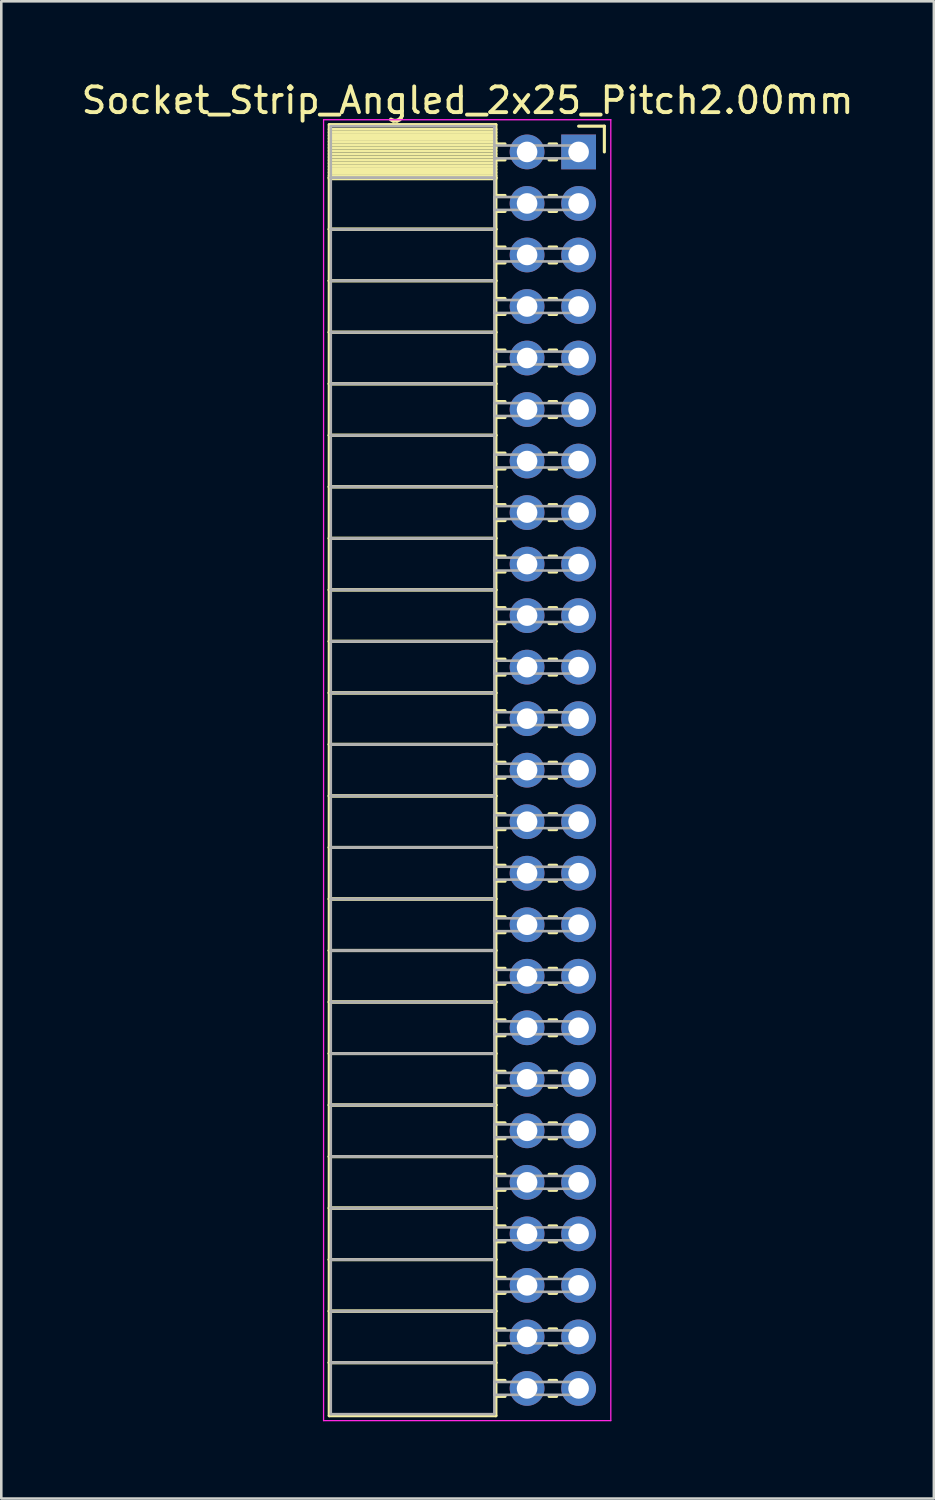
<source format=kicad_pcb>
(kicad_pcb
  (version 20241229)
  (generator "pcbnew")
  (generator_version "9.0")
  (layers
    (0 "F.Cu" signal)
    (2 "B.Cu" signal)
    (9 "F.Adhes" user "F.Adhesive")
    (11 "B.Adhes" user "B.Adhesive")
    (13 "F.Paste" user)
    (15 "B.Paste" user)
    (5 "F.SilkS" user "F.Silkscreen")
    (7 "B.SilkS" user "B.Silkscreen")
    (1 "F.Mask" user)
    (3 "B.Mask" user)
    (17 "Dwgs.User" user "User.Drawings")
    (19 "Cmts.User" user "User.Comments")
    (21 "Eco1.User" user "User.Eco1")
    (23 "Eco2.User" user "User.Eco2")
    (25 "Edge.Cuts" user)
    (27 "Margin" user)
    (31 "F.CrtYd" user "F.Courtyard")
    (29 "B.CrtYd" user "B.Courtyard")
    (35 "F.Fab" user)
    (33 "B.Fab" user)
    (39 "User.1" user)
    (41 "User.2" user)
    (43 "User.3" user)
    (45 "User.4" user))
  (footprint "Socket_Strip_Angled_2x25_Pitch2.00mm"
    (layer "F.Cu")
    (at 19.411 2.848)
    (property "Reference" "Socket_Strip_Angled_2x25_Pitch2.00mm" (at -4.31 -2 0) (layer "F.SilkS") (effects (font (size 1 1) (thickness 0.15))))
    (attr through_hole)
    (fp_line (start -9.68 -1.06) (end -3.21 -1.06) (stroke (width 0.12) (type solid)) (layer "F.SilkS"))
    (fp_line (start -9.68 1) (end -9.68 -1.06) (stroke (width 0.12) (type solid)) (layer "F.SilkS"))
    (fp_line (start -9.68 1) (end -3.21 1) (stroke (width 0.12) (type solid)) (layer "F.SilkS"))
    (fp_line (start -9.68 3) (end -9.68 1) (stroke (width 0.12) (type solid)) (layer "F.SilkS"))
    (fp_line (start -9.68 3) (end -3.21 3) (stroke (width 0.12) (type solid)) (layer "F.SilkS"))
    (fp_line (start -9.68 5) (end -9.68 3) (stroke (width 0.12) (type solid)) (layer "F.SilkS"))
    (fp_line (start -9.68 5) (end -3.21 5) (stroke (width 0.12) (type solid)) (layer "F.SilkS"))
    (fp_line (start -9.68 7) (end -9.68 5) (stroke (width 0.12) (type solid)) (layer "F.SilkS"))
    (fp_line (start -9.68 7) (end -3.21 7) (stroke (width 0.12) (type solid)) (layer "F.SilkS"))
    (fp_line (start -9.68 9) (end -9.68 7) (stroke (width 0.12) (type solid)) (layer "F.SilkS"))
    (fp_line (start -9.68 9) (end -3.21 9) (stroke (width 0.12) (type solid)) (layer "F.SilkS"))
    (fp_line (start -9.68 11) (end -9.68 9) (stroke (width 0.12) (type solid)) (layer "F.SilkS"))
    (fp_line (start -9.68 11) (end -3.21 11) (stroke (width 0.12) (type solid)) (layer "F.SilkS"))
    (fp_line (start -9.68 13) (end -9.68 11) (stroke (width 0.12) (type solid)) (layer "F.SilkS"))
    (fp_line (start -9.68 13) (end -3.21 13) (stroke (width 0.12) (type solid)) (layer "F.SilkS"))
    (fp_line (start -9.68 15) (end -9.68 13) (stroke (width 0.12) (type solid)) (layer "F.SilkS"))
    (fp_line (start -9.68 15) (end -3.21 15) (stroke (width 0.12) (type solid)) (layer "F.SilkS"))
    (fp_line (start -9.68 17) (end -9.68 15) (stroke (width 0.12) (type solid)) (layer "F.SilkS"))
    (fp_line (start -9.68 17) (end -3.21 17) (stroke (width 0.12) (type solid)) (layer "F.SilkS"))
    (fp_line (start -9.68 19) (end -9.68 17) (stroke (width 0.12) (type solid)) (layer "F.SilkS"))
    (fp_line (start -9.68 19) (end -3.21 19) (stroke (width 0.12) (type solid)) (layer "F.SilkS"))
    (fp_line (start -9.68 21) (end -9.68 19) (stroke (width 0.12) (type solid)) (layer "F.SilkS"))
    (fp_line (start -9.68 21) (end -3.21 21) (stroke (width 0.12) (type solid)) (layer "F.SilkS"))
    (fp_line (start -9.68 23) (end -9.68 21) (stroke (width 0.12) (type solid)) (layer "F.SilkS"))
    (fp_line (start -9.68 23) (end -3.21 23) (stroke (width 0.12) (type solid)) (layer "F.SilkS"))
    (fp_line (start -9.68 25) (end -9.68 23) (stroke (width 0.12) (type solid)) (layer "F.SilkS"))
    (fp_line (start -9.68 25) (end -3.21 25) (stroke (width 0.12) (type solid)) (layer "F.SilkS"))
    (fp_line (start -9.68 27) (end -9.68 25) (stroke (width 0.12) (type solid)) (layer "F.SilkS"))
    (fp_line (start -9.68 27) (end -3.21 27) (stroke (width 0.12) (type solid)) (layer "F.SilkS"))
    (fp_line (start -9.68 29) (end -9.68 27) (stroke (width 0.12) (type solid)) (layer "F.SilkS"))
    (fp_line (start -9.68 29) (end -3.21 29) (stroke (width 0.12) (type solid)) (layer "F.SilkS"))
    (fp_line (start -9.68 31) (end -9.68 29) (stroke (width 0.12) (type solid)) (layer "F.SilkS"))
    (fp_line (start -9.68 31) (end -3.21 31) (stroke (width 0.12) (type solid)) (layer "F.SilkS"))
    (fp_line (start -9.68 33) (end -9.68 31) (stroke (width 0.12) (type solid)) (layer "F.SilkS"))
    (fp_line (start -9.68 33) (end -3.21 33) (stroke (width 0.12) (type solid)) (layer "F.SilkS"))
    (fp_line (start -9.68 35) (end -9.68 33) (stroke (width 0.12) (type solid)) (layer "F.SilkS"))
    (fp_line (start -9.68 35) (end -3.21 35) (stroke (width 0.12) (type solid)) (layer "F.SilkS"))
    (fp_line (start -9.68 37) (end -9.68 35) (stroke (width 0.12) (type solid)) (layer "F.SilkS"))
    (fp_line (start -9.68 37) (end -3.21 37) (stroke (width 0.12) (type solid)) (layer "F.SilkS"))
    (fp_line (start -9.68 39) (end -9.68 37) (stroke (width 0.12) (type solid)) (layer "F.SilkS"))
    (fp_line (start -9.68 39) (end -3.21 39) (stroke (width 0.12) (type solid)) (layer "F.SilkS"))
    (fp_line (start -9.68 41) (end -9.68 39) (stroke (width 0.12) (type solid)) (layer "F.SilkS"))
    (fp_line (start -9.68 41) (end -3.21 41) (stroke (width 0.12) (type solid)) (layer "F.SilkS"))
    (fp_line (start -9.68 43) (end -9.68 41) (stroke (width 0.12) (type solid)) (layer "F.SilkS"))
    (fp_line (start -9.68 43) (end -3.21 43) (stroke (width 0.12) (type solid)) (layer "F.SilkS"))
    (fp_line (start -9.68 45) (end -9.68 43) (stroke (width 0.12) (type solid)) (layer "F.SilkS"))
    (fp_line (start -9.68 45) (end -3.21 45) (stroke (width 0.12) (type solid)) (layer "F.SilkS"))
    (fp_line (start -9.68 47) (end -9.68 45) (stroke (width 0.12) (type solid)) (layer "F.SilkS"))
    (fp_line (start -9.68 47) (end -3.21 47) (stroke (width 0.12) (type solid)) (layer "F.SilkS"))
    (fp_line (start -9.68 49.06) (end -9.68 47) (stroke (width 0.12) (type solid)) (layer "F.SilkS"))
    (fp_line (start -3.21 -1.06) (end -3.21 1) (stroke (width 0.12) (type solid)) (layer "F.SilkS"))
    (fp_line (start -3.21 -0.88) (end -9.68 -0.88) (stroke (width 0.12) (type solid)) (layer "F.SilkS"))
    (fp_line (start -3.21 -0.76) (end -9.68 -0.76) (stroke (width 0.12) (type solid)) (layer "F.SilkS"))
    (fp_line (start -3.21 -0.64) (end -9.68 -0.64) (stroke (width 0.12) (type solid)) (layer "F.SilkS"))
    (fp_line (start -3.21 -0.52) (end -9.68 -0.52) (stroke (width 0.12) (type solid)) (layer "F.SilkS"))
    (fp_line (start -3.21 -0.4) (end -9.68 -0.4) (stroke (width 0.12) (type solid)) (layer "F.SilkS"))
    (fp_line (start -3.21 -0.28) (end -9.68 -0.28) (stroke (width 0.12) (type solid)) (layer "F.SilkS"))
    (fp_line (start -3.21 -0.16) (end -9.68 -0.16) (stroke (width 0.12) (type solid)) (layer "F.SilkS"))
    (fp_line (start -3.21 -0.04) (end -9.68 -0.04) (stroke (width 0.12) (type solid)) (layer "F.SilkS"))
    (fp_line (start -3.21 0.08) (end -9.68 0.08) (stroke (width 0.12) (type solid)) (layer "F.SilkS"))
    (fp_line (start -3.21 0.2) (end -9.68 0.2) (stroke (width 0.12) (type solid)) (layer "F.SilkS"))
    (fp_line (start -3.21 0.32) (end -9.68 0.32) (stroke (width 0.12) (type solid)) (layer "F.SilkS"))
    (fp_line (start -3.21 0.44) (end -9.68 0.44) (stroke (width 0.12) (type solid)) (layer "F.SilkS"))
    (fp_line (start -3.21 0.56) (end -9.68 0.56) (stroke (width 0.12) (type solid)) (layer "F.SilkS"))
    (fp_line (start -3.21 0.68) (end -9.68 0.68) (stroke (width 0.12) (type solid)) (layer "F.SilkS"))
    (fp_line (start -3.21 0.8) (end -9.68 0.8) (stroke (width 0.12) (type solid)) (layer "F.SilkS"))
    (fp_line (start -3.21 0.92) (end -9.68 0.92) (stroke (width 0.12) (type solid)) (layer "F.SilkS"))
    (fp_line (start -3.21 1) (end -9.68 1) (stroke (width 0.12) (type solid)) (layer "F.SilkS"))
    (fp_line (start -3.21 1) (end -3.21 3) (stroke (width 0.12) (type solid)) (layer "F.SilkS"))
    (fp_line (start -3.21 1.04) (end -9.68 1.04) (stroke (width 0.12) (type solid)) (layer "F.SilkS"))
    (fp_line (start -3.21 3) (end -9.68 3) (stroke (width 0.12) (type solid)) (layer "F.SilkS"))
    (fp_line (start -3.21 3) (end -3.21 5) (stroke (width 0.12) (type solid)) (layer "F.SilkS"))
    (fp_line (start -3.21 5) (end -9.68 5) (stroke (width 0.12) (type solid)) (layer "F.SilkS"))
    (fp_line (start -3.21 5) (end -3.21 7) (stroke (width 0.12) (type solid)) (layer "F.SilkS"))
    (fp_line (start -3.21 7) (end -9.68 7) (stroke (width 0.12) (type solid)) (layer "F.SilkS"))
    (fp_line (start -3.21 7) (end -3.21 9) (stroke (width 0.12) (type solid)) (layer "F.SilkS"))
    (fp_line (start -3.21 9) (end -9.68 9) (stroke (width 0.12) (type solid)) (layer "F.SilkS"))
    (fp_line (start -3.21 9) (end -3.21 11) (stroke (width 0.12) (type solid)) (layer "F.SilkS"))
    (fp_line (start -3.21 11) (end -9.68 11) (stroke (width 0.12) (type solid)) (layer "F.SilkS"))
    (fp_line (start -3.21 11) (end -3.21 13) (stroke (width 0.12) (type solid)) (layer "F.SilkS"))
    (fp_line (start -3.21 13) (end -9.68 13) (stroke (width 0.12) (type solid)) (layer "F.SilkS"))
    (fp_line (start -3.21 13) (end -3.21 15) (stroke (width 0.12) (type solid)) (layer "F.SilkS"))
    (fp_line (start -3.21 15) (end -9.68 15) (stroke (width 0.12) (type solid)) (layer "F.SilkS"))
    (fp_line (start -3.21 15) (end -3.21 17) (stroke (width 0.12) (type solid)) (layer "F.SilkS"))
    (fp_line (start -3.21 17) (end -9.68 17) (stroke (width 0.12) (type solid)) (layer "F.SilkS"))
    (fp_line (start -3.21 17) (end -3.21 19) (stroke (width 0.12) (type solid)) (layer "F.SilkS"))
    (fp_line (start -3.21 19) (end -9.68 19) (stroke (width 0.12) (type solid)) (layer "F.SilkS"))
    (fp_line (start -3.21 19) (end -3.21 21) (stroke (width 0.12) (type solid)) (layer "F.SilkS"))
    (fp_line (start -3.21 21) (end -9.68 21) (stroke (width 0.12) (type solid)) (layer "F.SilkS"))
    (fp_line (start -3.21 21) (end -3.21 23) (stroke (width 0.12) (type solid)) (layer "F.SilkS"))
    (fp_line (start -3.21 23) (end -9.68 23) (stroke (width 0.12) (type solid)) (layer "F.SilkS"))
    (fp_line (start -3.21 23) (end -3.21 25) (stroke (width 0.12) (type solid)) (layer "F.SilkS"))
    (fp_line (start -3.21 25) (end -9.68 25) (stroke (width 0.12) (type solid)) (layer "F.SilkS"))
    (fp_line (start -3.21 25) (end -3.21 27) (stroke (width 0.12) (type solid)) (layer "F.SilkS"))
    (fp_line (start -3.21 27) (end -9.68 27) (stroke (width 0.12) (type solid)) (layer "F.SilkS"))
    (fp_line (start -3.21 27) (end -3.21 29) (stroke (width 0.12) (type solid)) (layer "F.SilkS"))
    (fp_line (start -3.21 29) (end -9.68 29) (stroke (width 0.12) (type solid)) (layer "F.SilkS"))
    (fp_line (start -3.21 29) (end -3.21 31) (stroke (width 0.12) (type solid)) (layer "F.SilkS"))
    (fp_line (start -3.21 31) (end -9.68 31) (stroke (width 0.12) (type solid)) (layer "F.SilkS"))
    (fp_line (start -3.21 31) (end -3.21 33) (stroke (width 0.12) (type solid)) (layer "F.SilkS"))
    (fp_line (start -3.21 33) (end -9.68 33) (stroke (width 0.12) (type solid)) (layer "F.SilkS"))
    (fp_line (start -3.21 33) (end -3.21 35) (stroke (width 0.12) (type solid)) (layer "F.SilkS"))
    (fp_line (start -3.21 35) (end -9.68 35) (stroke (width 0.12) (type solid)) (layer "F.SilkS"))
    (fp_line (start -3.21 35) (end -3.21 37) (stroke (width 0.12) (type solid)) (layer "F.SilkS"))
    (fp_line (start -3.21 37) (end -9.68 37) (stroke (width 0.12) (type solid)) (layer "F.SilkS"))
    (fp_line (start -3.21 37) (end -3.21 39) (stroke (width 0.12) (type solid)) (layer "F.SilkS"))
    (fp_line (start -3.21 39) (end -9.68 39) (stroke (width 0.12) (type solid)) (layer "F.SilkS"))
    (fp_line (start -3.21 39) (end -3.21 41) (stroke (width 0.12) (type solid)) (layer "F.SilkS"))
    (fp_line (start -3.21 41) (end -9.68 41) (stroke (width 0.12) (type solid)) (layer "F.SilkS"))
    (fp_line (start -3.21 41) (end -3.21 43) (stroke (width 0.12) (type solid)) (layer "F.SilkS"))
    (fp_line (start -3.21 43) (end -9.68 43) (stroke (width 0.12) (type solid)) (layer "F.SilkS"))
    (fp_line (start -3.21 43) (end -3.21 45) (stroke (width 0.12) (type solid)) (layer "F.SilkS"))
    (fp_line (start -3.21 45) (end -9.68 45) (stroke (width 0.12) (type solid)) (layer "F.SilkS"))
    (fp_line (start -3.21 45) (end -3.21 47) (stroke (width 0.12) (type solid)) (layer "F.SilkS"))
    (fp_line (start -3.21 47) (end -9.68 47) (stroke (width 0.12) (type solid)) (layer "F.SilkS"))
    (fp_line (start -3.21 47) (end -3.21 49.06) (stroke (width 0.12) (type solid)) (layer "F.SilkS"))
    (fp_line (start -3.21 49.06) (end -9.68 49.06) (stroke (width 0.12) (type solid)) (layer "F.SilkS"))
    (fp_line (start -2.855 -0.31) (end -3.21 -0.31) (stroke (width 0.12) (type solid)) (layer "F.SilkS"))
    (fp_line (start -2.855 0.31) (end -3.21 0.31) (stroke (width 0.12) (type solid)) (layer "F.SilkS"))
    (fp_line (start -2.855 1.69) (end -3.21 1.69) (stroke (width 0.12) (type solid)) (layer "F.SilkS"))
    (fp_line (start -2.855 2.31) (end -3.21 2.31) (stroke (width 0.12) (type solid)) (layer "F.SilkS"))
    (fp_line (start -2.855 3.69) (end -3.21 3.69) (stroke (width 0.12) (type solid)) (layer "F.SilkS"))
    (fp_line (start -2.855 4.31) (end -3.21 4.31) (stroke (width 0.12) (type solid)) (layer "F.SilkS"))
    (fp_line (start -2.855 5.69) (end -3.21 5.69) (stroke (width 0.12) (type solid)) (layer "F.SilkS"))
    (fp_line (start -2.855 6.31) (end -3.21 6.31) (stroke (width 0.12) (type solid)) (layer "F.SilkS"))
    (fp_line (start -2.855 7.69) (end -3.21 7.69) (stroke (width 0.12) (type solid)) (layer "F.SilkS"))
    (fp_line (start -2.855 8.31) (end -3.21 8.31) (stroke (width 0.12) (type solid)) (layer "F.SilkS"))
    (fp_line (start -2.855 9.69) (end -3.21 9.69) (stroke (width 0.12) (type solid)) (layer "F.SilkS"))
    (fp_line (start -2.855 10.31) (end -3.21 10.31) (stroke (width 0.12) (type solid)) (layer "F.SilkS"))
    (fp_line (start -2.855 11.69) (end -3.21 11.69) (stroke (width 0.12) (type solid)) (layer "F.SilkS"))
    (fp_line (start -2.855 12.31) (end -3.21 12.31) (stroke (width 0.12) (type solid)) (layer "F.SilkS"))
    (fp_line (start -2.855 13.69) (end -3.21 13.69) (stroke (width 0.12) (type solid)) (layer "F.SilkS"))
    (fp_line (start -2.855 14.31) (end -3.21 14.31) (stroke (width 0.12) (type solid)) (layer "F.SilkS"))
    (fp_line (start -2.855 15.69) (end -3.21 15.69) (stroke (width 0.12) (type solid)) (layer "F.SilkS"))
    (fp_line (start -2.855 16.31) (end -3.21 16.31) (stroke (width 0.12) (type solid)) (layer "F.SilkS"))
    (fp_line (start -2.855 17.69) (end -3.21 17.69) (stroke (width 0.12) (type solid)) (layer "F.SilkS"))
    (fp_line (start -2.855 18.31) (end -3.21 18.31) (stroke (width 0.12) (type solid)) (layer "F.SilkS"))
    (fp_line (start -2.855 19.69) (end -3.21 19.69) (stroke (width 0.12) (type solid)) (layer "F.SilkS"))
    (fp_line (start -2.855 20.31) (end -3.21 20.31) (stroke (width 0.12) (type solid)) (layer "F.SilkS"))
    (fp_line (start -2.855 21.69) (end -3.21 21.69) (stroke (width 0.12) (type solid)) (layer "F.SilkS"))
    (fp_line (start -2.855 22.31) (end -3.21 22.31) (stroke (width 0.12) (type solid)) (layer "F.SilkS"))
    (fp_line (start -2.855 23.69) (end -3.21 23.69) (stroke (width 0.12) (type solid)) (layer "F.SilkS"))
    (fp_line (start -2.855 24.31) (end -3.21 24.31) (stroke (width 0.12) (type solid)) (layer "F.SilkS"))
    (fp_line (start -2.855 25.69) (end -3.21 25.69) (stroke (width 0.12) (type solid)) (layer "F.SilkS"))
    (fp_line (start -2.855 26.31) (end -3.21 26.31) (stroke (width 0.12) (type solid)) (layer "F.SilkS"))
    (fp_line (start -2.855 27.69) (end -3.21 27.69) (stroke (width 0.12) (type solid)) (layer "F.SilkS"))
    (fp_line (start -2.855 28.31) (end -3.21 28.31) (stroke (width 0.12) (type solid)) (layer "F.SilkS"))
    (fp_line (start -2.855 29.69) (end -3.21 29.69) (stroke (width 0.12) (type solid)) (layer "F.SilkS"))
    (fp_line (start -2.855 30.31) (end -3.21 30.31) (stroke (width 0.12) (type solid)) (layer "F.SilkS"))
    (fp_line (start -2.855 31.69) (end -3.21 31.69) (stroke (width 0.12) (type solid)) (layer "F.SilkS"))
    (fp_line (start -2.855 32.31) (end -3.21 32.31) (stroke (width 0.12) (type solid)) (layer "F.SilkS"))
    (fp_line (start -2.855 33.69) (end -3.21 33.69) (stroke (width 0.12) (type solid)) (layer "F.SilkS"))
    (fp_line (start -2.855 34.31) (end -3.21 34.31) (stroke (width 0.12) (type solid)) (layer "F.SilkS"))
    (fp_line (start -2.855 35.69) (end -3.21 35.69) (stroke (width 0.12) (type solid)) (layer "F.SilkS"))
    (fp_line (start -2.855 36.31) (end -3.21 36.31) (stroke (width 0.12) (type solid)) (layer "F.SilkS"))
    (fp_line (start -2.855 37.69) (end -3.21 37.69) (stroke (width 0.12) (type solid)) (layer "F.SilkS"))
    (fp_line (start -2.855 38.31) (end -3.21 38.31) (stroke (width 0.12) (type solid)) (layer "F.SilkS"))
    (fp_line (start -2.855 39.69) (end -3.21 39.69) (stroke (width 0.12) (type solid)) (layer "F.SilkS"))
    (fp_line (start -2.855 40.31) (end -3.21 40.31) (stroke (width 0.12) (type solid)) (layer "F.SilkS"))
    (fp_line (start -2.855 41.69) (end -3.21 41.69) (stroke (width 0.12) (type solid)) (layer "F.SilkS"))
    (fp_line (start -2.855 42.31) (end -3.21 42.31) (stroke (width 0.12) (type solid)) (layer "F.SilkS"))
    (fp_line (start -2.855 43.69) (end -3.21 43.69) (stroke (width 0.12) (type solid)) (layer "F.SilkS"))
    (fp_line (start -2.855 44.31) (end -3.21 44.31) (stroke (width 0.12) (type solid)) (layer "F.SilkS"))
    (fp_line (start -2.855 45.69) (end -3.21 45.69) (stroke (width 0.12) (type solid)) (layer "F.SilkS"))
    (fp_line (start -2.855 46.31) (end -3.21 46.31) (stroke (width 0.12) (type solid)) (layer "F.SilkS"))
    (fp_line (start -2.855 47.69) (end -3.21 47.69) (stroke (width 0.12) (type solid)) (layer "F.SilkS"))
    (fp_line (start -2.855 48.31) (end -3.21 48.31) (stroke (width 0.12) (type solid)) (layer "F.SilkS"))
    (fp_line (start -0.855 -0.31) (end -1.145 -0.31) (stroke (width 0.12) (type solid)) (layer "F.SilkS"))
    (fp_line (start -0.855 0.31) (end -1.145 0.31) (stroke (width 0.12) (type solid)) (layer "F.SilkS"))
    (fp_line (start -0.855 1.69) (end -1.145 1.69) (stroke (width 0.12) (type solid)) (layer "F.SilkS"))
    (fp_line (start -0.855 2.31) (end -1.145 2.31) (stroke (width 0.12) (type solid)) (layer "F.SilkS"))
    (fp_line (start -0.855 3.69) (end -1.145 3.69) (stroke (width 0.12) (type solid)) (layer "F.SilkS"))
    (fp_line (start -0.855 4.31) (end -1.145 4.31) (stroke (width 0.12) (type solid)) (layer "F.SilkS"))
    (fp_line (start -0.855 5.69) (end -1.145 5.69) (stroke (width 0.12) (type solid)) (layer "F.SilkS"))
    (fp_line (start -0.855 6.31) (end -1.145 6.31) (stroke (width 0.12) (type solid)) (layer "F.SilkS"))
    (fp_line (start -0.855 7.69) (end -1.145 7.69) (stroke (width 0.12) (type solid)) (layer "F.SilkS"))
    (fp_line (start -0.855 8.31) (end -1.145 8.31) (stroke (width 0.12) (type solid)) (layer "F.SilkS"))
    (fp_line (start -0.855 9.69) (end -1.145 9.69) (stroke (width 0.12) (type solid)) (layer "F.SilkS"))
    (fp_line (start -0.855 10.31) (end -1.145 10.31) (stroke (width 0.12) (type solid)) (layer "F.SilkS"))
    (fp_line (start -0.855 11.69) (end -1.145 11.69) (stroke (width 0.12) (type solid)) (layer "F.SilkS"))
    (fp_line (start -0.855 12.31) (end -1.145 12.31) (stroke (width 0.12) (type solid)) (layer "F.SilkS"))
    (fp_line (start -0.855 13.69) (end -1.145 13.69) (stroke (width 0.12) (type solid)) (layer "F.SilkS"))
    (fp_line (start -0.855 14.31) (end -1.145 14.31) (stroke (width 0.12) (type solid)) (layer "F.SilkS"))
    (fp_line (start -0.855 15.69) (end -1.145 15.69) (stroke (width 0.12) (type solid)) (layer "F.SilkS"))
    (fp_line (start -0.855 16.31) (end -1.145 16.31) (stroke (width 0.12) (type solid)) (layer "F.SilkS"))
    (fp_line (start -0.855 17.69) (end -1.145 17.69) (stroke (width 0.12) (type solid)) (layer "F.SilkS"))
    (fp_line (start -0.855 18.31) (end -1.145 18.31) (stroke (width 0.12) (type solid)) (layer "F.SilkS"))
    (fp_line (start -0.855 19.69) (end -1.145 19.69) (stroke (width 0.12) (type solid)) (layer "F.SilkS"))
    (fp_line (start -0.855 20.31) (end -1.145 20.31) (stroke (width 0.12) (type solid)) (layer "F.SilkS"))
    (fp_line (start -0.855 21.69) (end -1.145 21.69) (stroke (width 0.12) (type solid)) (layer "F.SilkS"))
    (fp_line (start -0.855 22.31) (end -1.145 22.31) (stroke (width 0.12) (type solid)) (layer "F.SilkS"))
    (fp_line (start -0.855 23.69) (end -1.145 23.69) (stroke (width 0.12) (type solid)) (layer "F.SilkS"))
    (fp_line (start -0.855 24.31) (end -1.145 24.31) (stroke (width 0.12) (type solid)) (layer "F.SilkS"))
    (fp_line (start -0.855 25.69) (end -1.145 25.69) (stroke (width 0.12) (type solid)) (layer "F.SilkS"))
    (fp_line (start -0.855 26.31) (end -1.145 26.31) (stroke (width 0.12) (type solid)) (layer "F.SilkS"))
    (fp_line (start -0.855 27.69) (end -1.145 27.69) (stroke (width 0.12) (type solid)) (layer "F.SilkS"))
    (fp_line (start -0.855 28.31) (end -1.145 28.31) (stroke (width 0.12) (type solid)) (layer "F.SilkS"))
    (fp_line (start -0.855 29.69) (end -1.145 29.69) (stroke (width 0.12) (type solid)) (layer "F.SilkS"))
    (fp_line (start -0.855 30.31) (end -1.145 30.31) (stroke (width 0.12) (type solid)) (layer "F.SilkS"))
    (fp_line (start -0.855 31.69) (end -1.145 31.69) (stroke (width 0.12) (type solid)) (layer "F.SilkS"))
    (fp_line (start -0.855 32.31) (end -1.145 32.31) (stroke (width 0.12) (type solid)) (layer "F.SilkS"))
    (fp_line (start -0.855 33.69) (end -1.145 33.69) (stroke (width 0.12) (type solid)) (layer "F.SilkS"))
    (fp_line (start -0.855 34.31) (end -1.145 34.31) (stroke (width 0.12) (type solid)) (layer "F.SilkS"))
    (fp_line (start -0.855 35.69) (end -1.145 35.69) (stroke (width 0.12) (type solid)) (layer "F.SilkS"))
    (fp_line (start -0.855 36.31) (end -1.145 36.31) (stroke (width 0.12) (type solid)) (layer "F.SilkS"))
    (fp_line (start -0.855 37.69) (end -1.145 37.69) (stroke (width 0.12) (type solid)) (layer "F.SilkS"))
    (fp_line (start -0.855 38.31) (end -1.145 38.31) (stroke (width 0.12) (type solid)) (layer "F.SilkS"))
    (fp_line (start -0.855 39.69) (end -1.145 39.69) (stroke (width 0.12) (type solid)) (layer "F.SilkS"))
    (fp_line (start -0.855 40.31) (end -1.145 40.31) (stroke (width 0.12) (type solid)) (layer "F.SilkS"))
    (fp_line (start -0.855 41.69) (end -1.145 41.69) (stroke (width 0.12) (type solid)) (layer "F.SilkS"))
    (fp_line (start -0.855 42.31) (end -1.145 42.31) (stroke (width 0.12) (type solid)) (layer "F.SilkS"))
    (fp_line (start -0.855 43.69) (end -1.145 43.69) (stroke (width 0.12) (type solid)) (layer "F.SilkS"))
    (fp_line (start -0.855 44.31) (end -1.145 44.31) (stroke (width 0.12) (type solid)) (layer "F.SilkS"))
    (fp_line (start -0.855 45.69) (end -1.145 45.69) (stroke (width 0.12) (type solid)) (layer "F.SilkS"))
    (fp_line (start -0.855 46.31) (end -1.145 46.31) (stroke (width 0.12) (type solid)) (layer "F.SilkS"))
    (fp_line (start -0.855 47.69) (end -1.145 47.69) (stroke (width 0.12) (type solid)) (layer "F.SilkS"))
    (fp_line (start -0.855 48.31) (end -1.145 48.31) (stroke (width 0.12) (type solid)) (layer "F.SilkS"))
    (fp_line (start 0 -1) (end 1 -1) (stroke (width 0.12) (type solid)) (layer "F.SilkS"))
    (fp_line (start 1 -1) (end 1 0) (stroke (width 0.12) (type solid)) (layer "F.SilkS"))
    (fp_line (start -9.9 -1.25) (end 1.25 -1.25) (stroke (width 0.05) (type solid)) (layer "F.CrtYd"))
    (fp_line (start -9.9 49.25) (end -9.9 -1.25) (stroke (width 0.05) (type solid)) (layer "F.CrtYd"))
    (fp_line (start 1.25 -1.25) (end 1.25 49.25) (stroke (width 0.05) (type solid)) (layer "F.CrtYd"))
    (fp_line (start 1.25 49.25) (end -9.9 49.25) (stroke (width 0.05) (type solid)) (layer "F.CrtYd"))
    (fp_line (start -9.62 -1) (end -3.27 -1) (stroke (width 0.1) (type solid)) (layer "F.Fab"))
    (fp_line (start -9.62 1) (end -9.62 -1) (stroke (width 0.1) (type solid)) (layer "F.Fab"))
    (fp_line (start -9.62 1) (end -3.27 1) (stroke (width 0.1) (type solid)) (layer "F.Fab"))
    (fp_line (start -9.62 3) (end -9.62 1) (stroke (width 0.1) (type solid)) (layer "F.Fab"))
    (fp_line (start -9.62 3) (end -3.27 3) (stroke (width 0.1) (type solid)) (layer "F.Fab"))
    (fp_line (start -9.62 5) (end -9.62 3) (stroke (width 0.1) (type solid)) (layer "F.Fab"))
    (fp_line (start -9.62 5) (end -3.27 5) (stroke (width 0.1) (type solid)) (layer "F.Fab"))
    (fp_line (start -9.62 7) (end -9.62 5) (stroke (width 0.1) (type solid)) (layer "F.Fab"))
    (fp_line (start -9.62 7) (end -3.27 7) (stroke (width 0.1) (type solid)) (layer "F.Fab"))
    (fp_line (start -9.62 9) (end -9.62 7) (stroke (width 0.1) (type solid)) (layer "F.Fab"))
    (fp_line (start -9.62 9) (end -3.27 9) (stroke (width 0.1) (type solid)) (layer "F.Fab"))
    (fp_line (start -9.62 11) (end -9.62 9) (stroke (width 0.1) (type solid)) (layer "F.Fab"))
    (fp_line (start -9.62 11) (end -3.27 11) (stroke (width 0.1) (type solid)) (layer "F.Fab"))
    (fp_line (start -9.62 13) (end -9.62 11) (stroke (width 0.1) (type solid)) (layer "F.Fab"))
    (fp_line (start -9.62 13) (end -3.27 13) (stroke (width 0.1) (type solid)) (layer "F.Fab"))
    (fp_line (start -9.62 15) (end -9.62 13) (stroke (width 0.1) (type solid)) (layer "F.Fab"))
    (fp_line (start -9.62 15) (end -3.27 15) (stroke (width 0.1) (type solid)) (layer "F.Fab"))
    (fp_line (start -9.62 17) (end -9.62 15) (stroke (width 0.1) (type solid)) (layer "F.Fab"))
    (fp_line (start -9.62 17) (end -3.27 17) (stroke (width 0.1) (type solid)) (layer "F.Fab"))
    (fp_line (start -9.62 19) (end -9.62 17) (stroke (width 0.1) (type solid)) (layer "F.Fab"))
    (fp_line (start -9.62 19) (end -3.27 19) (stroke (width 0.1) (type solid)) (layer "F.Fab"))
    (fp_line (start -9.62 21) (end -9.62 19) (stroke (width 0.1) (type solid)) (layer "F.Fab"))
    (fp_line (start -9.62 21) (end -3.27 21) (stroke (width 0.1) (type solid)) (layer "F.Fab"))
    (fp_line (start -9.62 23) (end -9.62 21) (stroke (width 0.1) (type solid)) (layer "F.Fab"))
    (fp_line (start -9.62 23) (end -3.27 23) (stroke (width 0.1) (type solid)) (layer "F.Fab"))
    (fp_line (start -9.62 25) (end -9.62 23) (stroke (width 0.1) (type solid)) (layer "F.Fab"))
    (fp_line (start -9.62 25) (end -3.27 25) (stroke (width 0.1) (type solid)) (layer "F.Fab"))
    (fp_line (start -9.62 27) (end -9.62 25) (stroke (width 0.1) (type solid)) (layer "F.Fab"))
    (fp_line (start -9.62 27) (end -3.27 27) (stroke (width 0.1) (type solid)) (layer "F.Fab"))
    (fp_line (start -9.62 29) (end -9.62 27) (stroke (width 0.1) (type solid)) (layer "F.Fab"))
    (fp_line (start -9.62 29) (end -3.27 29) (stroke (width 0.1) (type solid)) (layer "F.Fab"))
    (fp_line (start -9.62 31) (end -9.62 29) (stroke (width 0.1) (type solid)) (layer "F.Fab"))
    (fp_line (start -9.62 31) (end -3.27 31) (stroke (width 0.1) (type solid)) (layer "F.Fab"))
    (fp_line (start -9.62 33) (end -9.62 31) (stroke (width 0.1) (type solid)) (layer "F.Fab"))
    (fp_line (start -9.62 33) (end -3.27 33) (stroke (width 0.1) (type solid)) (layer "F.Fab"))
    (fp_line (start -9.62 35) (end -9.62 33) (stroke (width 0.1) (type solid)) (layer "F.Fab"))
    (fp_line (start -9.62 35) (end -3.27 35) (stroke (width 0.1) (type solid)) (layer "F.Fab"))
    (fp_line (start -9.62 37) (end -9.62 35) (stroke (width 0.1) (type solid)) (layer "F.Fab"))
    (fp_line (start -9.62 37) (end -3.27 37) (stroke (width 0.1) (type solid)) (layer "F.Fab"))
    (fp_line (start -9.62 39) (end -9.62 37) (stroke (width 0.1) (type solid)) (layer "F.Fab"))
    (fp_line (start -9.62 39) (end -3.27 39) (stroke (width 0.1) (type solid)) (layer "F.Fab"))
    (fp_line (start -9.62 41) (end -9.62 39) (stroke (width 0.1) (type solid)) (layer "F.Fab"))
    (fp_line (start -9.62 41) (end -3.27 41) (stroke (width 0.1) (type solid)) (layer "F.Fab"))
    (fp_line (start -9.62 43) (end -9.62 41) (stroke (width 0.1) (type solid)) (layer "F.Fab"))
    (fp_line (start -9.62 43) (end -3.27 43) (stroke (width 0.1) (type solid)) (layer "F.Fab"))
    (fp_line (start -9.62 45) (end -9.62 43) (stroke (width 0.1) (type solid)) (layer "F.Fab"))
    (fp_line (start -9.62 45) (end -3.27 45) (stroke (width 0.1) (type solid)) (layer "F.Fab"))
    (fp_line (start -9.62 47) (end -9.62 45) (stroke (width 0.1) (type solid)) (layer "F.Fab"))
    (fp_line (start -9.62 47) (end -3.27 47) (stroke (width 0.1) (type solid)) (layer "F.Fab"))
    (fp_line (start -9.62 49) (end -9.62 47) (stroke (width 0.1) (type solid)) (layer "F.Fab"))
    (fp_line (start -3.27 -1) (end -3.27 1) (stroke (width 0.1) (type solid)) (layer "F.Fab"))
    (fp_line (start -3.27 -0.25) (end 0 -0.25) (stroke (width 0.1) (type solid)) (layer "F.Fab"))
    (fp_line (start -3.27 0.25) (end -3.27 -0.25) (stroke (width 0.1) (type solid)) (layer "F.Fab"))
    (fp_line (start -3.27 1) (end -9.62 1) (stroke (width 0.1) (type solid)) (layer "F.Fab"))
    (fp_line (start -3.27 1) (end -3.27 3) (stroke (width 0.1) (type solid)) (layer "F.Fab"))
    (fp_line (start -3.27 1.75) (end 0 1.75) (stroke (width 0.1) (type solid)) (layer "F.Fab"))
    (fp_line (start -3.27 2.25) (end -3.27 1.75) (stroke (width 0.1) (type solid)) (layer "F.Fab"))
    (fp_line (start -3.27 3) (end -9.62 3) (stroke (width 0.1) (type solid)) (layer "F.Fab"))
    (fp_line (start -3.27 3) (end -3.27 5) (stroke (width 0.1) (type solid)) (layer "F.Fab"))
    (fp_line (start -3.27 3.75) (end 0 3.75) (stroke (width 0.1) (type solid)) (layer "F.Fab"))
    (fp_line (start -3.27 4.25) (end -3.27 3.75) (stroke (width 0.1) (type solid)) (layer "F.Fab"))
    (fp_line (start -3.27 5) (end -9.62 5) (stroke (width 0.1) (type solid)) (layer "F.Fab"))
    (fp_line (start -3.27 5) (end -3.27 7) (stroke (width 0.1) (type solid)) (layer "F.Fab"))
    (fp_line (start -3.27 5.75) (end 0 5.75) (stroke (width 0.1) (type solid)) (layer "F.Fab"))
    (fp_line (start -3.27 6.25) (end -3.27 5.75) (stroke (width 0.1) (type solid)) (layer "F.Fab"))
    (fp_line (start -3.27 7) (end -9.62 7) (stroke (width 0.1) (type solid)) (layer "F.Fab"))
    (fp_line (start -3.27 7) (end -3.27 9) (stroke (width 0.1) (type solid)) (layer "F.Fab"))
    (fp_line (start -3.27 7.75) (end 0 7.75) (stroke (width 0.1) (type solid)) (layer "F.Fab"))
    (fp_line (start -3.27 8.25) (end -3.27 7.75) (stroke (width 0.1) (type solid)) (layer "F.Fab"))
    (fp_line (start -3.27 9) (end -9.62 9) (stroke (width 0.1) (type solid)) (layer "F.Fab"))
    (fp_line (start -3.27 9) (end -3.27 11) (stroke (width 0.1) (type solid)) (layer "F.Fab"))
    (fp_line (start -3.27 9.75) (end 0 9.75) (stroke (width 0.1) (type solid)) (layer "F.Fab"))
    (fp_line (start -3.27 10.25) (end -3.27 9.75) (stroke (width 0.1) (type solid)) (layer "F.Fab"))
    (fp_line (start -3.27 11) (end -9.62 11) (stroke (width 0.1) (type solid)) (layer "F.Fab"))
    (fp_line (start -3.27 11) (end -3.27 13) (stroke (width 0.1) (type solid)) (layer "F.Fab"))
    (fp_line (start -3.27 11.75) (end 0 11.75) (stroke (width 0.1) (type solid)) (layer "F.Fab"))
    (fp_line (start -3.27 12.25) (end -3.27 11.75) (stroke (width 0.1) (type solid)) (layer "F.Fab"))
    (fp_line (start -3.27 13) (end -9.62 13) (stroke (width 0.1) (type solid)) (layer "F.Fab"))
    (fp_line (start -3.27 13) (end -3.27 15) (stroke (width 0.1) (type solid)) (layer "F.Fab"))
    (fp_line (start -3.27 13.75) (end 0 13.75) (stroke (width 0.1) (type solid)) (layer "F.Fab"))
    (fp_line (start -3.27 14.25) (end -3.27 13.75) (stroke (width 0.1) (type solid)) (layer "F.Fab"))
    (fp_line (start -3.27 15) (end -9.62 15) (stroke (width 0.1) (type solid)) (layer "F.Fab"))
    (fp_line (start -3.27 15) (end -3.27 17) (stroke (width 0.1) (type solid)) (layer "F.Fab"))
    (fp_line (start -3.27 15.75) (end 0 15.75) (stroke (width 0.1) (type solid)) (layer "F.Fab"))
    (fp_line (start -3.27 16.25) (end -3.27 15.75) (stroke (width 0.1) (type solid)) (layer "F.Fab"))
    (fp_line (start -3.27 17) (end -9.62 17) (stroke (width 0.1) (type solid)) (layer "F.Fab"))
    (fp_line (start -3.27 17) (end -3.27 19) (stroke (width 0.1) (type solid)) (layer "F.Fab"))
    (fp_line (start -3.27 17.75) (end 0 17.75) (stroke (width 0.1) (type solid)) (layer "F.Fab"))
    (fp_line (start -3.27 18.25) (end -3.27 17.75) (stroke (width 0.1) (type solid)) (layer "F.Fab"))
    (fp_line (start -3.27 19) (end -9.62 19) (stroke (width 0.1) (type solid)) (layer "F.Fab"))
    (fp_line (start -3.27 19) (end -3.27 21) (stroke (width 0.1) (type solid)) (layer "F.Fab"))
    (fp_line (start -3.27 19.75) (end 0 19.75) (stroke (width 0.1) (type solid)) (layer "F.Fab"))
    (fp_line (start -3.27 20.25) (end -3.27 19.75) (stroke (width 0.1) (type solid)) (layer "F.Fab"))
    (fp_line (start -3.27 21) (end -9.62 21) (stroke (width 0.1) (type solid)) (layer "F.Fab"))
    (fp_line (start -3.27 21) (end -3.27 23) (stroke (width 0.1) (type solid)) (layer "F.Fab"))
    (fp_line (start -3.27 21.75) (end 0 21.75) (stroke (width 0.1) (type solid)) (layer "F.Fab"))
    (fp_line (start -3.27 22.25) (end -3.27 21.75) (stroke (width 0.1) (type solid)) (layer "F.Fab"))
    (fp_line (start -3.27 23) (end -9.62 23) (stroke (width 0.1) (type solid)) (layer "F.Fab"))
    (fp_line (start -3.27 23) (end -3.27 25) (stroke (width 0.1) (type solid)) (layer "F.Fab"))
    (fp_line (start -3.27 23.75) (end 0 23.75) (stroke (width 0.1) (type solid)) (layer "F.Fab"))
    (fp_line (start -3.27 24.25) (end -3.27 23.75) (stroke (width 0.1) (type solid)) (layer "F.Fab"))
    (fp_line (start -3.27 25) (end -9.62 25) (stroke (width 0.1) (type solid)) (layer "F.Fab"))
    (fp_line (start -3.27 25) (end -3.27 27) (stroke (width 0.1) (type solid)) (layer "F.Fab"))
    (fp_line (start -3.27 25.75) (end 0 25.75) (stroke (width 0.1) (type solid)) (layer "F.Fab"))
    (fp_line (start -3.27 26.25) (end -3.27 25.75) (stroke (width 0.1) (type solid)) (layer "F.Fab"))
    (fp_line (start -3.27 27) (end -9.62 27) (stroke (width 0.1) (type solid)) (layer "F.Fab"))
    (fp_line (start -3.27 27) (end -3.27 29) (stroke (width 0.1) (type solid)) (layer "F.Fab"))
    (fp_line (start -3.27 27.75) (end 0 27.75) (stroke (width 0.1) (type solid)) (layer "F.Fab"))
    (fp_line (start -3.27 28.25) (end -3.27 27.75) (stroke (width 0.1) (type solid)) (layer "F.Fab"))
    (fp_line (start -3.27 29) (end -9.62 29) (stroke (width 0.1) (type solid)) (layer "F.Fab"))
    (fp_line (start -3.27 29) (end -3.27 31) (stroke (width 0.1) (type solid)) (layer "F.Fab"))
    (fp_line (start -3.27 29.75) (end 0 29.75) (stroke (width 0.1) (type solid)) (layer "F.Fab"))
    (fp_line (start -3.27 30.25) (end -3.27 29.75) (stroke (width 0.1) (type solid)) (layer "F.Fab"))
    (fp_line (start -3.27 31) (end -9.62 31) (stroke (width 0.1) (type solid)) (layer "F.Fab"))
    (fp_line (start -3.27 31) (end -3.27 33) (stroke (width 0.1) (type solid)) (layer "F.Fab"))
    (fp_line (start -3.27 31.75) (end 0 31.75) (stroke (width 0.1) (type solid)) (layer "F.Fab"))
    (fp_line (start -3.27 32.25) (end -3.27 31.75) (stroke (width 0.1) (type solid)) (layer "F.Fab"))
    (fp_line (start -3.27 33) (end -9.62 33) (stroke (width 0.1) (type solid)) (layer "F.Fab"))
    (fp_line (start -3.27 33) (end -3.27 35) (stroke (width 0.1) (type solid)) (layer "F.Fab"))
    (fp_line (start -3.27 33.75) (end 0 33.75) (stroke (width 0.1) (type solid)) (layer "F.Fab"))
    (fp_line (start -3.27 34.25) (end -3.27 33.75) (stroke (width 0.1) (type solid)) (layer "F.Fab"))
    (fp_line (start -3.27 35) (end -9.62 35) (stroke (width 0.1) (type solid)) (layer "F.Fab"))
    (fp_line (start -3.27 35) (end -3.27 37) (stroke (width 0.1) (type solid)) (layer "F.Fab"))
    (fp_line (start -3.27 35.75) (end 0 35.75) (stroke (width 0.1) (type solid)) (layer "F.Fab"))
    (fp_line (start -3.27 36.25) (end -3.27 35.75) (stroke (width 0.1) (type solid)) (layer "F.Fab"))
    (fp_line (start -3.27 37) (end -9.62 37) (stroke (width 0.1) (type solid)) (layer "F.Fab"))
    (fp_line (start -3.27 37) (end -3.27 39) (stroke (width 0.1) (type solid)) (layer "F.Fab"))
    (fp_line (start -3.27 37.75) (end 0 37.75) (stroke (width 0.1) (type solid)) (layer "F.Fab"))
    (fp_line (start -3.27 38.25) (end -3.27 37.75) (stroke (width 0.1) (type solid)) (layer "F.Fab"))
    (fp_line (start -3.27 39) (end -9.62 39) (stroke (width 0.1) (type solid)) (layer "F.Fab"))
    (fp_line (start -3.27 39) (end -3.27 41) (stroke (width 0.1) (type solid)) (layer "F.Fab"))
    (fp_line (start -3.27 39.75) (end 0 39.75) (stroke (width 0.1) (type solid)) (layer "F.Fab"))
    (fp_line (start -3.27 40.25) (end -3.27 39.75) (stroke (width 0.1) (type solid)) (layer "F.Fab"))
    (fp_line (start -3.27 41) (end -9.62 41) (stroke (width 0.1) (type solid)) (layer "F.Fab"))
    (fp_line (start -3.27 41) (end -3.27 43) (stroke (width 0.1) (type solid)) (layer "F.Fab"))
    (fp_line (start -3.27 41.75) (end 0 41.75) (stroke (width 0.1) (type solid)) (layer "F.Fab"))
    (fp_line (start -3.27 42.25) (end -3.27 41.75) (stroke (width 0.1) (type solid)) (layer "F.Fab"))
    (fp_line (start -3.27 43) (end -9.62 43) (stroke (width 0.1) (type solid)) (layer "F.Fab"))
    (fp_line (start -3.27 43) (end -3.27 45) (stroke (width 0.1) (type solid)) (layer "F.Fab"))
    (fp_line (start -3.27 43.75) (end 0 43.75) (stroke (width 0.1) (type solid)) (layer "F.Fab"))
    (fp_line (start -3.27 44.25) (end -3.27 43.75) (stroke (width 0.1) (type solid)) (layer "F.Fab"))
    (fp_line (start -3.27 45) (end -9.62 45) (stroke (width 0.1) (type solid)) (layer "F.Fab"))
    (fp_line (start -3.27 45) (end -3.27 47) (stroke (width 0.1) (type solid)) (layer "F.Fab"))
    (fp_line (start -3.27 45.75) (end 0 45.75) (stroke (width 0.1) (type solid)) (layer "F.Fab"))
    (fp_line (start -3.27 46.25) (end -3.27 45.75) (stroke (width 0.1) (type solid)) (layer "F.Fab"))
    (fp_line (start -3.27 47) (end -9.62 47) (stroke (width 0.1) (type solid)) (layer "F.Fab"))
    (fp_line (start -3.27 47) (end -3.27 49) (stroke (width 0.1) (type solid)) (layer "F.Fab"))
    (fp_line (start -3.27 47.75) (end 0 47.75) (stroke (width 0.1) (type solid)) (layer "F.Fab"))
    (fp_line (start -3.27 48.25) (end -3.27 47.75) (stroke (width 0.1) (type solid)) (layer "F.Fab"))
    (fp_line (start -3.27 49) (end -9.62 49) (stroke (width 0.1) (type solid)) (layer "F.Fab"))
    (fp_line (start 0 -0.25) (end 0 0.25) (stroke (width 0.1) (type solid)) (layer "F.Fab"))
    (fp_line (start 0 0.25) (end -3.27 0.25) (stroke (width 0.1) (type solid)) (layer "F.Fab"))
    (fp_line (start 0 1.75) (end 0 2.25) (stroke (width 0.1) (type solid)) (layer "F.Fab"))
    (fp_line (start 0 2.25) (end -3.27 2.25) (stroke (width 0.1) (type solid)) (layer "F.Fab"))
    (fp_line (start 0 3.75) (end 0 4.25) (stroke (width 0.1) (type solid)) (layer "F.Fab"))
    (fp_line (start 0 4.25) (end -3.27 4.25) (stroke (width 0.1) (type solid)) (layer "F.Fab"))
    (fp_line (start 0 5.75) (end 0 6.25) (stroke (width 0.1) (type solid)) (layer "F.Fab"))
    (fp_line (start 0 6.25) (end -3.27 6.25) (stroke (width 0.1) (type solid)) (layer "F.Fab"))
    (fp_line (start 0 7.75) (end 0 8.25) (stroke (width 0.1) (type solid)) (layer "F.Fab"))
    (fp_line (start 0 8.25) (end -3.27 8.25) (stroke (width 0.1) (type solid)) (layer "F.Fab"))
    (fp_line (start 0 9.75) (end 0 10.25) (stroke (width 0.1) (type solid)) (layer "F.Fab"))
    (fp_line (start 0 10.25) (end -3.27 10.25) (stroke (width 0.1) (type solid)) (layer "F.Fab"))
    (fp_line (start 0 11.75) (end 0 12.25) (stroke (width 0.1) (type solid)) (layer "F.Fab"))
    (fp_line (start 0 12.25) (end -3.27 12.25) (stroke (width 0.1) (type solid)) (layer "F.Fab"))
    (fp_line (start 0 13.75) (end 0 14.25) (stroke (width 0.1) (type solid)) (layer "F.Fab"))
    (fp_line (start 0 14.25) (end -3.27 14.25) (stroke (width 0.1) (type solid)) (layer "F.Fab"))
    (fp_line (start 0 15.75) (end 0 16.25) (stroke (width 0.1) (type solid)) (layer "F.Fab"))
    (fp_line (start 0 16.25) (end -3.27 16.25) (stroke (width 0.1) (type solid)) (layer "F.Fab"))
    (fp_line (start 0 17.75) (end 0 18.25) (stroke (width 0.1) (type solid)) (layer "F.Fab"))
    (fp_line (start 0 18.25) (end -3.27 18.25) (stroke (width 0.1) (type solid)) (layer "F.Fab"))
    (fp_line (start 0 19.75) (end 0 20.25) (stroke (width 0.1) (type solid)) (layer "F.Fab"))
    (fp_line (start 0 20.25) (end -3.27 20.25) (stroke (width 0.1) (type solid)) (layer "F.Fab"))
    (fp_line (start 0 21.75) (end 0 22.25) (stroke (width 0.1) (type solid)) (layer "F.Fab"))
    (fp_line (start 0 22.25) (end -3.27 22.25) (stroke (width 0.1) (type solid)) (layer "F.Fab"))
    (fp_line (start 0 23.75) (end 0 24.25) (stroke (width 0.1) (type solid)) (layer "F.Fab"))
    (fp_line (start 0 24.25) (end -3.27 24.25) (stroke (width 0.1) (type solid)) (layer "F.Fab"))
    (fp_line (start 0 25.75) (end 0 26.25) (stroke (width 0.1) (type solid)) (layer "F.Fab"))
    (fp_line (start 0 26.25) (end -3.27 26.25) (stroke (width 0.1) (type solid)) (layer "F.Fab"))
    (fp_line (start 0 27.75) (end 0 28.25) (stroke (width 0.1) (type solid)) (layer "F.Fab"))
    (fp_line (start 0 28.25) (end -3.27 28.25) (stroke (width 0.1) (type solid)) (layer "F.Fab"))
    (fp_line (start 0 29.75) (end 0 30.25) (stroke (width 0.1) (type solid)) (layer "F.Fab"))
    (fp_line (start 0 30.25) (end -3.27 30.25) (stroke (width 0.1) (type solid)) (layer "F.Fab"))
    (fp_line (start 0 31.75) (end 0 32.25) (stroke (width 0.1) (type solid)) (layer "F.Fab"))
    (fp_line (start 0 32.25) (end -3.27 32.25) (stroke (width 0.1) (type solid)) (layer "F.Fab"))
    (fp_line (start 0 33.75) (end 0 34.25) (stroke (width 0.1) (type solid)) (layer "F.Fab"))
    (fp_line (start 0 34.25) (end -3.27 34.25) (stroke (width 0.1) (type solid)) (layer "F.Fab"))
    (fp_line (start 0 35.75) (end 0 36.25) (stroke (width 0.1) (type solid)) (layer "F.Fab"))
    (fp_line (start 0 36.25) (end -3.27 36.25) (stroke (width 0.1) (type solid)) (layer "F.Fab"))
    (fp_line (start 0 37.75) (end 0 38.25) (stroke (width 0.1) (type solid)) (layer "F.Fab"))
    (fp_line (start 0 38.25) (end -3.27 38.25) (stroke (width 0.1) (type solid)) (layer "F.Fab"))
    (fp_line (start 0 39.75) (end 0 40.25) (stroke (width 0.1) (type solid)) (layer "F.Fab"))
    (fp_line (start 0 40.25) (end -3.27 40.25) (stroke (width 0.1) (type solid)) (layer "F.Fab"))
    (fp_line (start 0 41.75) (end 0 42.25) (stroke (width 0.1) (type solid)) (layer "F.Fab"))
    (fp_line (start 0 42.25) (end -3.27 42.25) (stroke (width 0.1) (type solid)) (layer "F.Fab"))
    (fp_line (start 0 43.75) (end 0 44.25) (stroke (width 0.1) (type solid)) (layer "F.Fab"))
    (fp_line (start 0 44.25) (end -3.27 44.25) (stroke (width 0.1) (type solid)) (layer "F.Fab"))
    (fp_line (start 0 45.75) (end 0 46.25) (stroke (width 0.1) (type solid)) (layer "F.Fab"))
    (fp_line (start 0 46.25) (end -3.27 46.25) (stroke (width 0.1) (type solid)) (layer "F.Fab"))
    (fp_line (start 0 47.75) (end 0 48.25) (stroke (width 0.1) (type solid)) (layer "F.Fab"))
    (fp_line (start 0 48.25) (end -3.27 48.25) (stroke (width 0.1) (type solid)) (layer "F.Fab"))
    (pad "1" thru_hole rect (at 0 0) (size 1.35 1.35) (drill 0.8) (layers "*.Cu" "*.Mask"))
    (pad "2" thru_hole oval (at -2 0) (size 1.35 1.35) (drill 0.8) (layers "*.Cu" "*.Mask"))
    (pad "3" thru_hole oval (at 0 2) (size 1.35 1.35) (drill 0.8) (layers "*.Cu" "*.Mask"))
    (pad "4" thru_hole oval (at -2 2) (size 1.35 1.35) (drill 0.8) (layers "*.Cu" "*.Mask"))
    (pad "5" thru_hole oval (at 0 4) (size 1.35 1.35) (drill 0.8) (layers "*.Cu" "*.Mask"))
    (pad "6" thru_hole oval (at -2 4) (size 1.35 1.35) (drill 0.8) (layers "*.Cu" "*.Mask"))
    (pad "7" thru_hole oval (at 0 6) (size 1.35 1.35) (drill 0.8) (layers "*.Cu" "*.Mask"))
    (pad "8" thru_hole oval (at -2 6) (size 1.35 1.35) (drill 0.8) (layers "*.Cu" "*.Mask"))
    (pad "9" thru_hole oval (at 0 8) (size 1.35 1.35) (drill 0.8) (layers "*.Cu" "*.Mask"))
    (pad "10" thru_hole oval (at -2 8) (size 1.35 1.35) (drill 0.8) (layers "*.Cu" "*.Mask"))
    (pad "11" thru_hole oval (at 0 10) (size 1.35 1.35) (drill 0.8) (layers "*.Cu" "*.Mask"))
    (pad "12" thru_hole oval (at -2 10) (size 1.35 1.35) (drill 0.8) (layers "*.Cu" "*.Mask"))
    (pad "13" thru_hole oval (at 0 12) (size 1.35 1.35) (drill 0.8) (layers "*.Cu" "*.Mask"))
    (pad "14" thru_hole oval (at -2 12) (size 1.35 1.35) (drill 0.8) (layers "*.Cu" "*.Mask"))
    (pad "15" thru_hole oval (at 0 14) (size 1.35 1.35) (drill 0.8) (layers "*.Cu" "*.Mask"))
    (pad "16" thru_hole oval (at -2 14) (size 1.35 1.35) (drill 0.8) (layers "*.Cu" "*.Mask"))
    (pad "17" thru_hole oval (at 0 16) (size 1.35 1.35) (drill 0.8) (layers "*.Cu" "*.Mask"))
    (pad "18" thru_hole oval (at -2 16) (size 1.35 1.35) (drill 0.8) (layers "*.Cu" "*.Mask"))
    (pad "19" thru_hole oval (at 0 18) (size 1.35 1.35) (drill 0.8) (layers "*.Cu" "*.Mask"))
    (pad "20" thru_hole oval (at -2 18) (size 1.35 1.35) (drill 0.8) (layers "*.Cu" "*.Mask"))
    (pad "21" thru_hole oval (at 0 20) (size 1.35 1.35) (drill 0.8) (layers "*.Cu" "*.Mask"))
    (pad "22" thru_hole oval (at -2 20) (size 1.35 1.35) (drill 0.8) (layers "*.Cu" "*.Mask"))
    (pad "23" thru_hole oval (at 0 22) (size 1.35 1.35) (drill 0.8) (layers "*.Cu" "*.Mask"))
    (pad "24" thru_hole oval (at -2 22) (size 1.35 1.35) (drill 0.8) (layers "*.Cu" "*.Mask"))
    (pad "25" thru_hole oval (at 0 24) (size 1.35 1.35) (drill 0.8) (layers "*.Cu" "*.Mask"))
    (pad "26" thru_hole oval (at -2 24) (size 1.35 1.35) (drill 0.8) (layers "*.Cu" "*.Mask"))
    (pad "27" thru_hole oval (at 0 26) (size 1.35 1.35) (drill 0.8) (layers "*.Cu" "*.Mask"))
    (pad "28" thru_hole oval (at -2 26) (size 1.35 1.35) (drill 0.8) (layers "*.Cu" "*.Mask"))
    (pad "29" thru_hole oval (at 0 28) (size 1.35 1.35) (drill 0.8) (layers "*.Cu" "*.Mask"))
    (pad "30" thru_hole oval (at -2 28) (size 1.35 1.35) (drill 0.8) (layers "*.Cu" "*.Mask"))
    (pad "31" thru_hole oval (at 0 30) (size 1.35 1.35) (drill 0.8) (layers "*.Cu" "*.Mask"))
    (pad "32" thru_hole oval (at -2 30) (size 1.35 1.35) (drill 0.8) (layers "*.Cu" "*.Mask"))
    (pad "33" thru_hole oval (at 0 32) (size 1.35 1.35) (drill 0.8) (layers "*.Cu" "*.Mask"))
    (pad "34" thru_hole oval (at -2 32) (size 1.35 1.35) (drill 0.8) (layers "*.Cu" "*.Mask"))
    (pad "35" thru_hole oval (at 0 34) (size 1.35 1.35) (drill 0.8) (layers "*.Cu" "*.Mask"))
    (pad "36" thru_hole oval (at -2 34) (size 1.35 1.35) (drill 0.8) (layers "*.Cu" "*.Mask"))
    (pad "37" thru_hole oval (at 0 36) (size 1.35 1.35) (drill 0.8) (layers "*.Cu" "*.Mask"))
    (pad "38" thru_hole oval (at -2 36) (size 1.35 1.35) (drill 0.8) (layers "*.Cu" "*.Mask"))
    (pad "39" thru_hole oval (at 0 38) (size 1.35 1.35) (drill 0.8) (layers "*.Cu" "*.Mask"))
    (pad "40" thru_hole oval (at -2 38) (size 1.35 1.35) (drill 0.8) (layers "*.Cu" "*.Mask"))
    (pad "41" thru_hole oval (at 0 40) (size 1.35 1.35) (drill 0.8) (layers "*.Cu" "*.Mask"))
    (pad "42" thru_hole oval (at -2 40) (size 1.35 1.35) (drill 0.8) (layers "*.Cu" "*.Mask"))
    (pad "43" thru_hole oval (at 0 42) (size 1.35 1.35) (drill 0.8) (layers "*.Cu" "*.Mask"))
    (pad "44" thru_hole oval (at -2 42) (size 1.35 1.35) (drill 0.8) (layers "*.Cu" "*.Mask"))
    (pad "45" thru_hole oval (at 0 44) (size 1.35 1.35) (drill 0.8) (layers "*.Cu" "*.Mask"))
    (pad "46" thru_hole oval (at -2 44) (size 1.35 1.35) (drill 0.8) (layers "*.Cu" "*.Mask"))
    (pad "47" thru_hole oval (at 0 46) (size 1.35 1.35) (drill 0.8) (layers "*.Cu" "*.Mask"))
    (pad "48" thru_hole oval (at -2 46) (size 1.35 1.35) (drill 0.8) (layers "*.Cu" "*.Mask"))
    (pad "49" thru_hole oval (at 0 48) (size 1.35 1.35) (drill 0.8) (layers "*.Cu" "*.Mask"))
    (pad "50" thru_hole oval (at -2 48) (size 1.35 1.35) (drill 0.8) (layers "*.Cu" "*.Mask")))
  (gr_rect
    (start -3 -3)
    (end 33.202 55.123)
    (stroke (width 0.1) (type default))
    (fill no)
    (layer "Edge.Cuts")))
</source>
